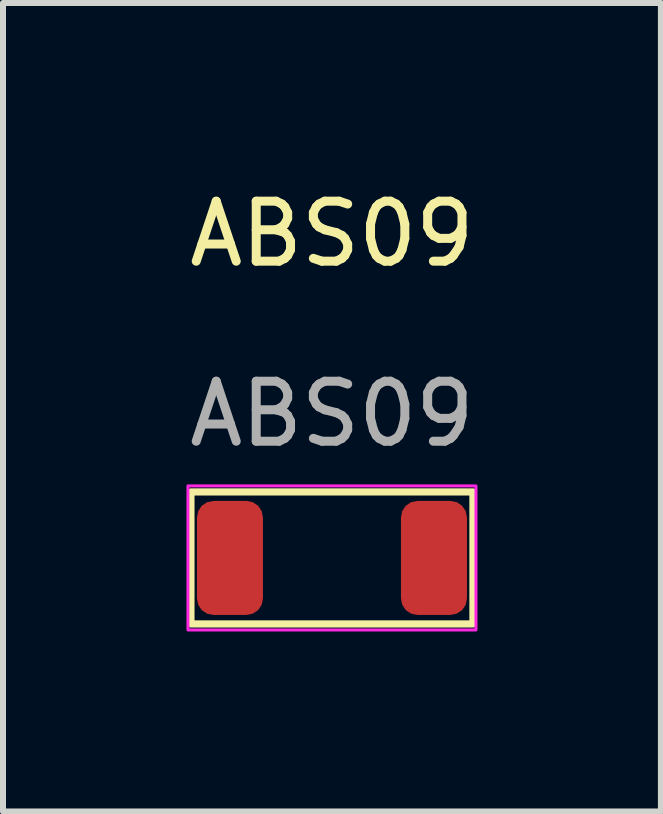
<source format=kicad_pcb>
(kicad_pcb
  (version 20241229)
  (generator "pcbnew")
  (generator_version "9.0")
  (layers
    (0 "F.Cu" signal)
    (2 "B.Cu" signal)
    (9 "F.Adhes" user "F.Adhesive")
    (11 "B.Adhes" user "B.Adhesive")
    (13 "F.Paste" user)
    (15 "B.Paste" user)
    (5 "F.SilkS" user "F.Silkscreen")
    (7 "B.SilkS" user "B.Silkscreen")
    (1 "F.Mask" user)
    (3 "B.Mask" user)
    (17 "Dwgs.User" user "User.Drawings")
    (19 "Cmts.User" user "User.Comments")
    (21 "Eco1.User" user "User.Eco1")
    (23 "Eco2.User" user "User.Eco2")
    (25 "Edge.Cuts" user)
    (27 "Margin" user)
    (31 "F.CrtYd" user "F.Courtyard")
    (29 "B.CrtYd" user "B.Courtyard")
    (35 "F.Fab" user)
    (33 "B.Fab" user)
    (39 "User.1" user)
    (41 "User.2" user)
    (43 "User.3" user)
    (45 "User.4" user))
  (footprint "ABS09"
    (layer "F.Cu")
    (at 2.482 6.248)
    (property "Reference" "ABS09" (at 0 -5.4 0) (unlocked yes) (layer "F.SilkS") (effects (font (size 1 1) (thickness 0.15))))
    (attr smd)
    (fp_rect (start -2.35 -1.1) (end 2.35 1.1) (stroke (width 0.12) (type solid)) (fill no) (layer "F.SilkS"))
    (fp_rect (start -2.4 -1.2) (end 2.4 1.2) (stroke (width 0.05) (type solid)) (fill no) (layer "F.CrtYd"))
    (fp_text user "${REFERENCE}" (at 0 -2.4 0) (unlocked yes) (layer "F.Fab") (effects (font (size 1 1) (thickness 0.15))))
    (pad "1" smd roundrect (at -1.7 0) (size 1.1 1.9) (layers "F.Cu" "F.Mask" "F.Paste") (roundrect_rratio 0.25))
    (pad "2" smd roundrect (at 1.7 0) (size 1.1 1.9) (layers "F.Cu" "F.Mask" "F.Paste") (roundrect_rratio 0.25)))
  (gr_rect
    (start -3 -3)
    (end 7.964 10.473)
    (stroke (width 0.1) (type default))
    (fill no)
    (layer "Edge.Cuts")))
</source>
